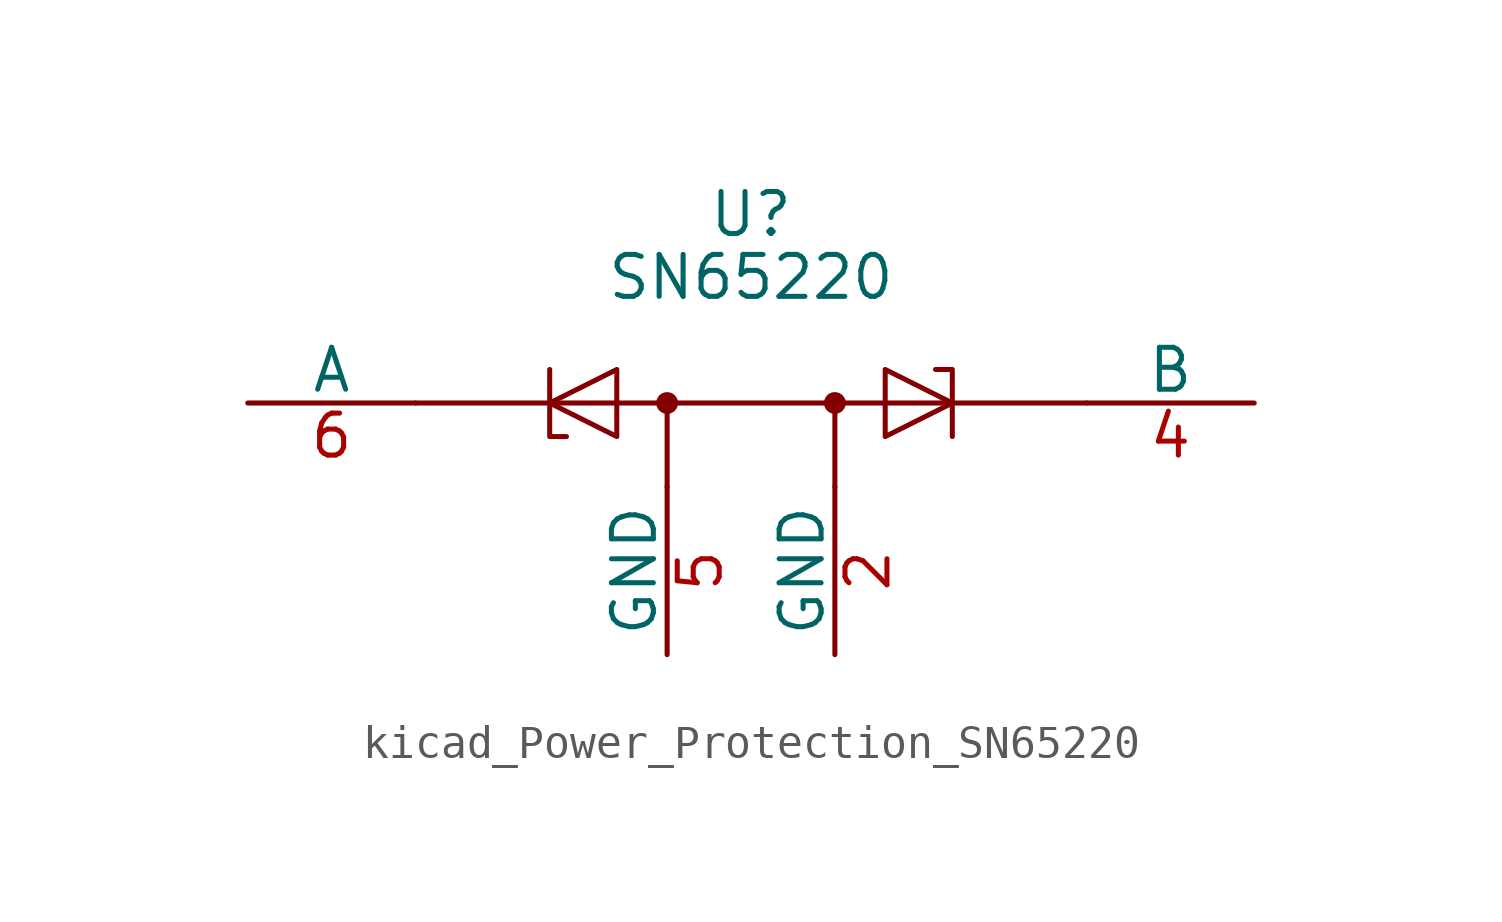
<source format=kicad_sym>
(kicad_symbol_lib
  (version 20220914)
  (generator kicad_symbol_editor)
  (symbol "kicad_Power_Protection_SN65220"
    (pin_names
      (offset 0))
    (property "Reference" "U"
      (at 0 5.715 0)
      (effects (font (size 1.27 1.27))))
    (property "Value" "SN65220"
      (at 0 3.81 0)
      (effects (font (size 1.27 1.27))))
    (symbol "kicad_Power_Protection_SN65220_0_1"
      (circle (center -2.54 0) (radius 0.254) (stroke (width 0) (type default)) (fill (type outline)))
      (polyline (pts (xy -2.54 -2.54) (xy -2.54 0)) (stroke (width 0) (type default)) (fill (type none)))
      (polyline (pts (xy 2.54 -2.54) (xy 2.54 0)) (stroke (width 0) (type default)) (fill (type none)))
      (polyline (pts (xy 10.16 0) (xy -10.16 0)) (stroke (width 0) (type default)) (fill (type none)))
      (polyline (pts (xy -5.588 -1.016) (xy -6.096 -1.016) (xy -6.096 1.016)) (stroke (width 0) (type default)) (fill (type none)))
      (polyline (pts (xy 5.588 1.016) (xy 6.096 1.016) (xy 6.096 -1.016)) (stroke (width 0) (type default)) (fill (type none)))
      (polyline (pts (xy -6.096 0) (xy -4.064 1.016) (xy -4.064 -1.016) (xy -6.096 0)) (stroke (width 0) (type default)) (fill (type none)))
      (polyline (pts (xy 6.096 0) (xy 4.064 1.016) (xy 4.064 -1.016) (xy 6.096 0)) (stroke (width 0) (type default)) (fill (type none)))
      (circle (center 2.54 0) (radius 0.254) (stroke (width 0) (type default)) (fill (type outline))))
    (symbol "kicad_Power_Protection_SN65220_1_1"
      (pin no_connect line (at 2.54 0 180) (length 2.54) hide (name "~" (effects (font (size 1.27 1.27)))) (number "1" (effects (font (size 1.27 1.27)))))
      (pin passive line (at 2.54 -7.62 90) (length 5.08) (name "GND" (effects (font (size 1.27 1.27)))) (number "2" (effects (font (size 1.27 1.27)))))
      (pin no_connect line (at -2.54 0 0) (length 2.54) hide (name "~" (effects (font (size 1.27 1.27)))) (number "3" (effects (font (size 1.27 1.27)))))
      (pin passive line (at 15.24 0 180) (length 5.08) (name "B" (effects (font (size 1.27 1.27)))) (number "4" (effects (font (size 1.27 1.27)))))
      (pin passive line (at -2.54 -7.62 90) (length 5.08) (name "GND" (effects (font (size 1.27 1.27)))) (number "5" (effects (font (size 1.27 1.27)))))
      (pin passive line (at -15.24 0 0) (length 5.08) (name "A" (effects (font (size 1.27 1.27)))) (number "6" (effects (font (size 1.27 1.27))))))))
</source>
